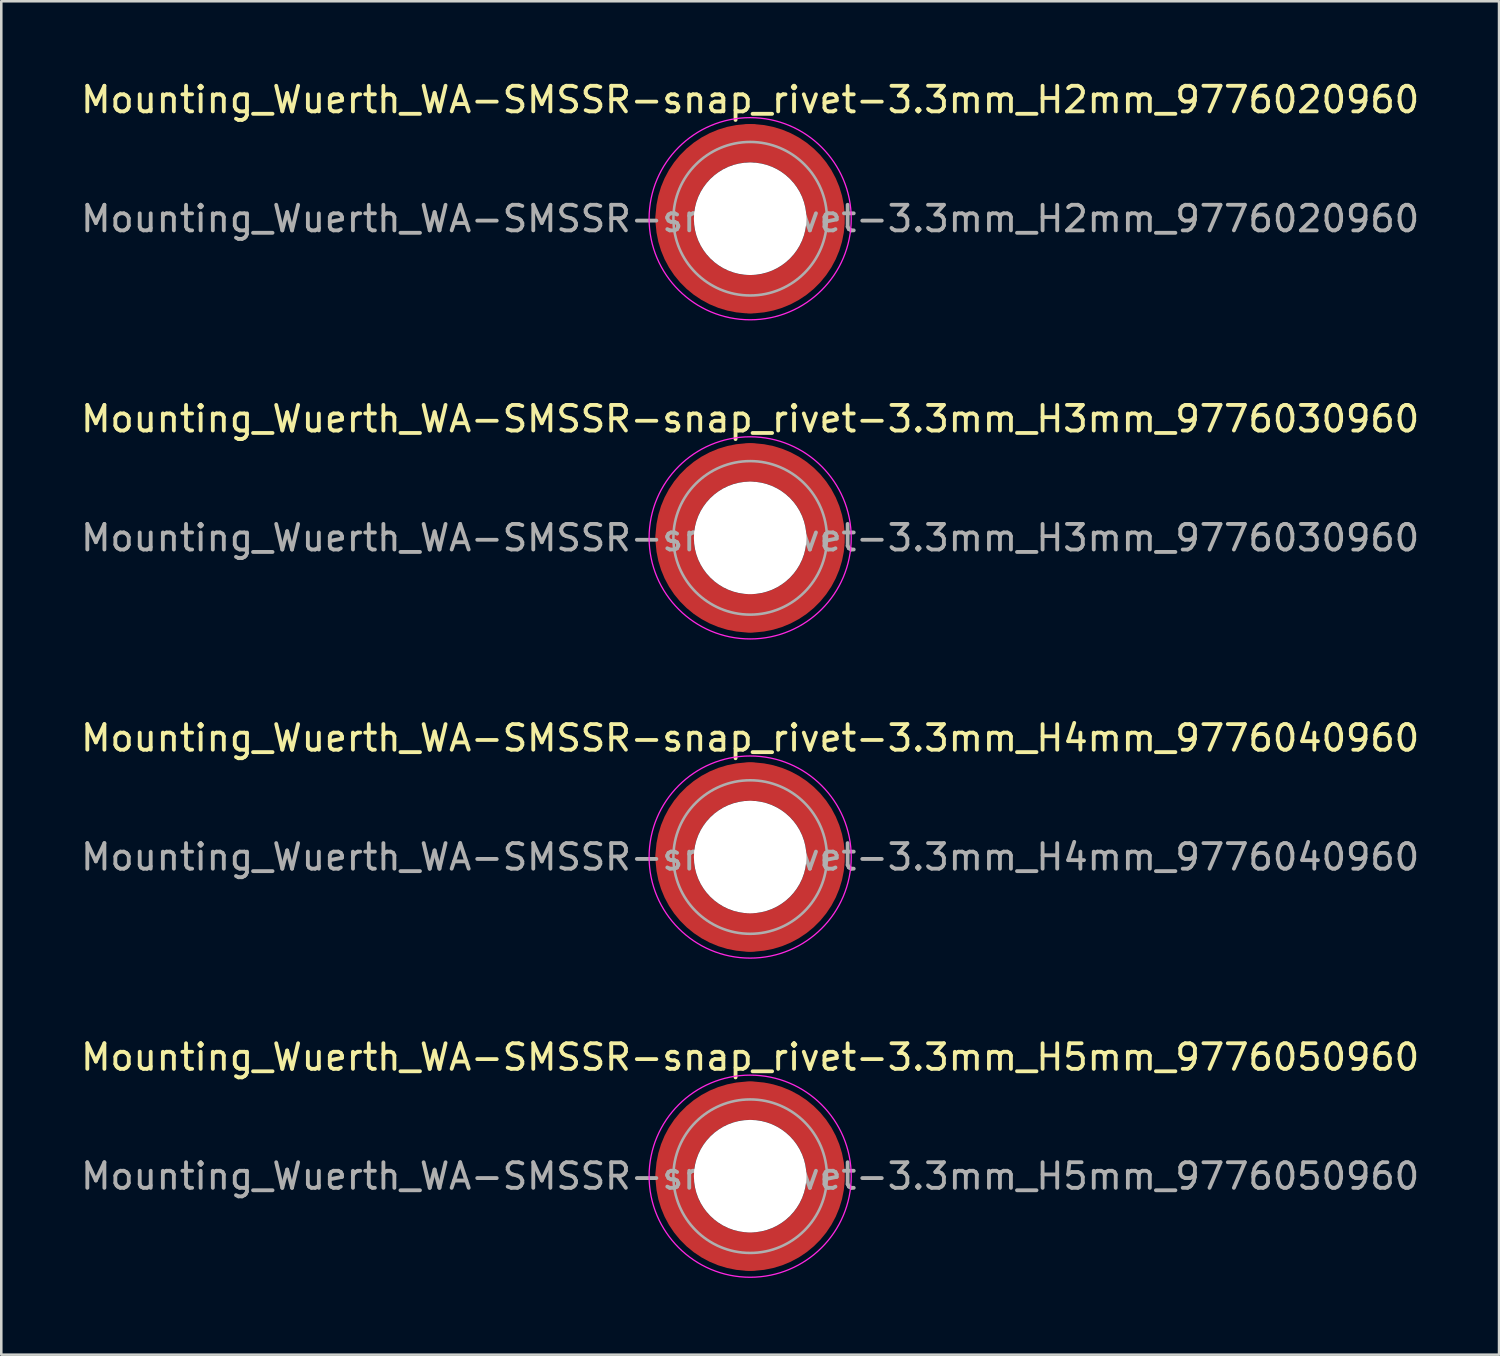
<source format=kicad_pcb>
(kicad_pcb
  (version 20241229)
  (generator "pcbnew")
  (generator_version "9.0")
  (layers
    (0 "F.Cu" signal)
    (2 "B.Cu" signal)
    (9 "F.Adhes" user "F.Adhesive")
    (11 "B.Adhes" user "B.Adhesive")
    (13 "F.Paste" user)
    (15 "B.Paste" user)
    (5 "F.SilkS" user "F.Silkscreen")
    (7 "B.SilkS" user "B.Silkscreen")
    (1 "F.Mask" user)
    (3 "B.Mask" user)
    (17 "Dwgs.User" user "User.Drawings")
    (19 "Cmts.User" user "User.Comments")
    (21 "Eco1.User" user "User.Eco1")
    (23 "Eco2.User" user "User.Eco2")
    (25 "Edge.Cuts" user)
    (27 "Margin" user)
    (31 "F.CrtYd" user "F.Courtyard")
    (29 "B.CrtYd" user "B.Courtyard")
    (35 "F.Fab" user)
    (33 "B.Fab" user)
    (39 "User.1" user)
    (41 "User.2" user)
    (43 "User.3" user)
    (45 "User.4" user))
  (footprint "Mounting_Wuerth_WA-SMSSR-snap_rivet-3.3mm_H4mm_9776040960"
    (layer "F.Cu")
    (at 26.268 30.445)
    (property "Reference" "Mounting_Wuerth_WA-SMSSR-snap_rivet-3.3mm_H4mm_9776040960" (at 0 -4.65 0) (layer "F.SilkS") (effects (font (size 1 1) (thickness 0.15))))
    (attr smd)
    (fp_circle (center 0 0) (end 3.95 0) (stroke (width 0.05) (type solid)) (fill no) (layer "F.CrtYd"))
    (fp_circle (center 0 0) (end 3 0) (stroke (width 0.1) (type solid)) (fill no) (layer "F.Fab"))
    (fp_text user "${REFERENCE}" (at 0 0 0) (layer "F.Fab") (effects (font (size 1 1) (thickness 0.15))))
    (pad "" smd custom (at -2.077 -2.077) (size 1.395 1.395) (layers "F.Paste") (options (anchor circle)) (primitives (gr_arc (start -0.400978 1.328376) (mid 0.246603 0.246603) (end 1.328376 -0.400978) (width 0.6975)) (gr_arc (start -0.763346 1.328376) (mid 0 0) (end 1.328376 -0.763346) (width 0.6975)) (gr_arc (start -1.122688 1.328376) (mid -0.246603 -0.246603) (end 1.328376 -1.122688) (width 0.6975)) (gr_line (start 1.328 -0.401) (end 1.328 -1.123) (width 0.698)) (gr_line (start -0.401 1.328) (end -1.123 1.328) (width 0.698))))
    (pad "" smd custom (at -2.077 2.077) (size 1.395 1.395) (layers "F.Paste") (options (anchor circle)) (primitives (gr_arc (start 1.328376 0.400978) (mid 0.246603 -0.246603) (end -0.400978 -1.328376) (width 0.6975)) (gr_arc (start 1.328376 0.763346) (mid 0 0) (end -0.763346 -1.328376) (width 0.6975)) (gr_arc (start 1.328376 1.122688) (mid -0.246603 0.246603) (end -1.122688 -1.328376) (width 0.6975)) (gr_line (start -0.401 -1.328) (end -1.123 -1.328) (width 0.698)) (gr_line (start 1.328 0.401) (end 1.328 1.123) (width 0.698))))
    (pad "" np_thru_hole circle (at 0 0) (size 4.4 4.4) (drill 4.4) (layers "*.Cu" "*.Mask"))
    (pad "" smd custom (at 2.077 -2.077) (size 1.395 1.395) (layers "F.Paste") (options (anchor circle)) (primitives (gr_arc (start -1.328376 -0.400978) (mid -0.246603 0.246603) (end 0.400978 1.328376) (width 0.6975)) (gr_arc (start -1.328376 -0.763346) (mid 0 0) (end 0.763346 1.328376) (width 0.6975)) (gr_arc (start -1.328376 -1.122688) (mid 0.246603 -0.246603) (end 1.122688 1.328376) (width 0.6975)) (gr_line (start 0.401 1.328) (end 1.123 1.328) (width 0.698)) (gr_line (start -1.328 -0.401) (end -1.328 -1.123) (width 0.698))))
    (pad "" smd custom (at 2.077 2.077) (size 1.395 1.395) (layers "F.Paste") (options (anchor circle)) (primitives (gr_arc (start 0.400978 -1.328376) (mid -0.246603 -0.246603) (end -1.328376 0.400978) (width 0.6975)) (gr_arc (start 0.763346 -1.328376) (mid 0 0) (end -1.328376 0.763346) (width 0.6975)) (gr_arc (start 1.122688 -1.328376) (mid 0.246603 0.246603) (end -1.328376 1.122688) (width 0.6975)) (gr_line (start -1.328 0.401) (end -1.328 1.123) (width 0.698)) (gr_line (start 0.401 -1.328) (end 1.123 -1.328) (width 0.698))))
    (pad "1" smd circle (at -2.95 0) (size 1.5 1.5) (layers "F.Cu"))
    (pad "1" smd circle (at 0 -2.95) (size 1.5 1.5) (layers "F.Cu"))
    (pad "1" smd circle (at 0 2.95) (size 1.5 1.5) (layers "F.Cu"))
    (pad "1" smd custom (at 2.95 0) (size 1.5 1.5) (layers "F.Cu" "F.Mask") (options (anchor circle)) (primitives (gr_circle (center -2.95 0) (end 0 0) (width 1.5) (fill no)))))
  (footprint "Mounting_Wuerth_WA-SMSSR-snap_rivet-3.3mm_H2mm_9776020960"
    (layer "F.Cu")
    (at 26.268 5.498)
    (property "Reference" "Mounting_Wuerth_WA-SMSSR-snap_rivet-3.3mm_H2mm_9776020960" (at 0 -4.65 0) (layer "F.SilkS") (effects (font (size 1 1) (thickness 0.15))))
    (attr smd)
    (fp_circle (center 0 0) (end 3.95 0) (stroke (width 0.05) (type solid)) (fill no) (layer "F.CrtYd"))
    (fp_circle (center 0 0) (end 3 0) (stroke (width 0.1) (type solid)) (fill no) (layer "F.Fab"))
    (fp_text user "${REFERENCE}" (at 0 0 0) (layer "F.Fab") (effects (font (size 1 1) (thickness 0.15))))
    (pad "" smd custom (at -2.077 -2.077) (size 1.395 1.395) (layers "F.Paste") (options (anchor circle)) (primitives (gr_arc (start -0.208831 1.577126) (mid 0.422496 0.422496) (end 1.577126 -0.208831) (width 0.2)) (gr_arc (start -0.310669 1.577126) (mid 0.35208 0.35208) (end 1.577126 -0.310669) (width 0.2)) (gr_arc (start -0.412325 1.577126) (mid 0.281664 0.281664) (end 1.577126 -0.412325) (width 0.2)) (gr_arc (start -0.51382 1.577126) (mid 0.211248 0.211248) (end 1.577126 -0.51382) (width 0.2)) (gr_arc (start -0.615172 1.577126) (mid 0.140832 0.140832) (end 1.577126 -0.615172) (width 0.2)) (gr_arc (start -0.716397 1.577126) (mid 0.070416 0.070416) (end 1.577126 -0.716397) (width 0.2)) (gr_arc (start -0.817508 1.577126) (mid 0 0) (end 1.577126 -0.817508) (width 0.2)) (gr_arc (start -0.918517 1.577126) (mid -0.070416 -0.070416) (end 1.577126 -0.918517) (width 0.2)) (gr_arc (start -1.019433 1.577126) (mid -0.140832 -0.140832) (end 1.577126 -1.019433) (width 0.2)) (gr_arc (start -1.120266 1.577126) (mid -0.211248 -0.211248) (end 1.577126 -1.120266) (width 0.2)) (gr_arc (start -1.221022 1.577126) (mid -0.281664 -0.281664) (end 1.577126 -1.221022) (width 0.2)) (gr_arc (start -1.32171 1.577126) (mid -0.35208 -0.35208) (end 1.577126 -1.32171) (width 0.2)) (gr_arc (start -1.422335 1.577126) (mid -0.422497 -0.422497) (end 1.577126 -1.422335) (width 0.2)) (gr_line (start 1.577 -0.209) (end 1.577 -1.422) (width 0.2)) (gr_line (start -0.209 1.577) (end -1.422 1.577) (width 0.2))))
    (pad "" smd custom (at -2.077 2.077) (size 1.395 1.395) (layers "F.Paste") (options (anchor circle)) (primitives (gr_arc (start 1.577126 0.208831) (mid 0.422496 -0.422496) (end -0.208831 -1.577126) (width 0.2)) (gr_arc (start 1.577126 0.310669) (mid 0.35208 -0.35208) (end -0.310669 -1.577126) (width 0.2)) (gr_arc (start 1.577126 0.412325) (mid 0.281664 -0.281664) (end -0.412325 -1.577126) (width 0.2)) (gr_arc (start 1.577126 0.51382) (mid 0.211248 -0.211248) (end -0.51382 -1.577126) (width 0.2)) (gr_arc (start 1.577126 0.615172) (mid 0.140832 -0.140832) (end -0.615172 -1.577126) (width 0.2)) (gr_arc (start 1.577126 0.716397) (mid 0.070416 -0.070416) (end -0.716397 -1.577126) (width 0.2)) (gr_arc (start 1.577126 0.817508) (mid 0 0) (end -0.817508 -1.577126) (width 0.2)) (gr_arc (start 1.577126 0.918517) (mid -0.070416 0.070416) (end -0.918517 -1.577126) (width 0.2)) (gr_arc (start 1.577126 1.019433) (mid -0.140832 0.140832) (end -1.019433 -1.577126) (width 0.2)) (gr_arc (start 1.577126 1.120266) (mid -0.211248 0.211248) (end -1.120266 -1.577126) (width 0.2)) (gr_arc (start 1.577126 1.221022) (mid -0.281664 0.281664) (end -1.221022 -1.577126) (width 0.2)) (gr_arc (start 1.577126 1.32171) (mid -0.35208 0.35208) (end -1.32171 -1.577126) (width 0.2)) (gr_arc (start 1.577126 1.422335) (mid -0.422497 0.422497) (end -1.422335 -1.577126) (width 0.2)) (gr_line (start -0.209 -1.577) (end -1.422 -1.577) (width 0.2)) (gr_line (start 1.577 0.209) (end 1.577 1.422) (width 0.2))))
    (pad "" np_thru_hole circle (at 0 0) (size 4.4 4.4) (drill 4.4) (layers "*.Cu" "*.Mask"))
    (pad "" smd custom (at 2.077 -2.077) (size 1.395 1.395) (layers "F.Paste") (options (anchor circle)) (primitives (gr_arc (start -1.577126 -0.208831) (mid -0.422496 0.422496) (end 0.208831 1.577126) (width 0.2)) (gr_arc (start -1.577126 -0.310669) (mid -0.35208 0.35208) (end 0.310669 1.577126) (width 0.2)) (gr_arc (start -1.577126 -0.412325) (mid -0.281664 0.281664) (end 0.412325 1.577126) (width 0.2)) (gr_arc (start -1.577126 -0.51382) (mid -0.211248 0.211248) (end 0.51382 1.577126) (width 0.2)) (gr_arc (start -1.577126 -0.615172) (mid -0.140832 0.140832) (end 0.615172 1.577126) (width 0.2)) (gr_arc (start -1.577126 -0.716397) (mid -0.070416 0.070416) (end 0.716397 1.577126) (width 0.2)) (gr_arc (start -1.577126 -0.817508) (mid 0 0) (end 0.817508 1.577126) (width 0.2)) (gr_arc (start -1.577126 -0.918517) (mid 0.070416 -0.070416) (end 0.918517 1.577126) (width 0.2)) (gr_arc (start -1.577126 -1.019433) (mid 0.140832 -0.140832) (end 1.019433 1.577126) (width 0.2)) (gr_arc (start -1.577126 -1.120266) (mid 0.211248 -0.211248) (end 1.120266 1.577126) (width 0.2)) (gr_arc (start -1.577126 -1.221022) (mid 0.281664 -0.281664) (end 1.221022 1.577126) (width 0.2)) (gr_arc (start -1.577126 -1.32171) (mid 0.35208 -0.35208) (end 1.32171 1.577126) (width 0.2)) (gr_arc (start -1.577126 -1.422335) (mid 0.422497 -0.422497) (end 1.422335 1.577126) (width 0.2)) (gr_line (start 0.209 1.577) (end 1.422 1.577) (width 0.2)) (gr_line (start -1.577 -0.209) (end -1.577 -1.422) (width 0.2))))
    (pad "" smd custom (at 2.077 2.077) (size 1.395 1.395) (layers "F.Paste") (options (anchor circle)) (primitives (gr_arc (start 0.208831 -1.577126) (mid -0.422496 -0.422496) (end -1.577126 0.208831) (width 0.2)) (gr_arc (start 0.310669 -1.577126) (mid -0.35208 -0.35208) (end -1.577126 0.310669) (width 0.2)) (gr_arc (start 0.412325 -1.577126) (mid -0.281664 -0.281664) (end -1.577126 0.412325) (width 0.2)) (gr_arc (start 0.51382 -1.577126) (mid -0.211248 -0.211248) (end -1.577126 0.51382) (width 0.2)) (gr_arc (start 0.615172 -1.577126) (mid -0.140832 -0.140832) (end -1.577126 0.615172) (width 0.2)) (gr_arc (start 0.716397 -1.577126) (mid -0.070416 -0.070416) (end -1.577126 0.716397) (width 0.2)) (gr_arc (start 0.817508 -1.577126) (mid 0 0) (end -1.577126 0.817508) (width 0.2)) (gr_arc (start 0.918517 -1.577126) (mid 0.070416 0.070416) (end -1.577126 0.918517) (width 0.2)) (gr_arc (start 1.019433 -1.577126) (mid 0.140832 0.140832) (end -1.577126 1.019433) (width 0.2)) (gr_arc (start 1.120266 -1.577126) (mid 0.211248 0.211248) (end -1.577126 1.120266) (width 0.2)) (gr_arc (start 1.221022 -1.577126) (mid 0.281664 0.281664) (end -1.577126 1.221022) (width 0.2)) (gr_arc (start 1.32171 -1.577126) (mid 0.35208 0.35208) (end -1.577126 1.32171) (width 0.2)) (gr_arc (start 1.422335 -1.577126) (mid 0.422497 0.422497) (end -1.577126 1.422335) (width 0.2)) (gr_line (start -1.577 0.209) (end -1.577 1.422) (width 0.2)) (gr_line (start 0.209 -1.577) (end 1.422 -1.577) (width 0.2))))
    (pad "1" smd circle (at -2.95 0) (size 1.5 1.5) (layers "F.Cu"))
    (pad "1" smd circle (at 0 -2.95) (size 1.5 1.5) (layers "F.Cu"))
    (pad "1" smd circle (at 0 2.95) (size 1.5 1.5) (layers "F.Cu"))
    (pad "1" smd custom (at 2.95 0) (size 1.5 1.5) (layers "F.Cu" "F.Mask") (options (anchor circle)) (primitives (gr_circle (center -2.95 0) (end 0 0) (width 1.5) (fill no)))))
  (footprint "Mounting_Wuerth_WA-SMSSR-snap_rivet-3.3mm_H3mm_9776030960"
    (layer "F.Cu")
    (at 26.268 17.971)
    (property "Reference" "Mounting_Wuerth_WA-SMSSR-snap_rivet-3.3mm_H3mm_9776030960" (at 0 -4.65 0) (layer "F.SilkS") (effects (font (size 1 1) (thickness 0.15))))
    (attr smd)
    (fp_circle (center 0 0) (end 3.95 0) (stroke (width 0.05) (type solid)) (fill no) (layer "F.CrtYd"))
    (fp_circle (center 0 0) (end 3 0) (stroke (width 0.1) (type solid)) (fill no) (layer "F.Fab"))
    (fp_text user "${REFERENCE}" (at 0 0 0) (layer "F.Fab") (effects (font (size 1 1) (thickness 0.15))))
    (pad "" smd custom (at -2.077 -2.077) (size 1.395 1.395) (layers "F.Paste") (options (anchor circle)) (primitives (gr_arc (start -0.400978 1.328376) (mid 0.246603 0.246603) (end 1.328376 -0.400978) (width 0.6975)) (gr_arc (start -0.763346 1.328376) (mid 0 0) (end 1.328376 -0.763346) (width 0.6975)) (gr_arc (start -1.122688 1.328376) (mid -0.246603 -0.246603) (end 1.328376 -1.122688) (width 0.6975)) (gr_line (start 1.328 -0.401) (end 1.328 -1.123) (width 0.698)) (gr_line (start -0.401 1.328) (end -1.123 1.328) (width 0.698))))
    (pad "" smd custom (at -2.077 2.077) (size 1.395 1.395) (layers "F.Paste") (options (anchor circle)) (primitives (gr_arc (start 1.328376 0.400978) (mid 0.246603 -0.246603) (end -0.400978 -1.328376) (width 0.6975)) (gr_arc (start 1.328376 0.763346) (mid 0 0) (end -0.763346 -1.328376) (width 0.6975)) (gr_arc (start 1.328376 1.122688) (mid -0.246603 0.246603) (end -1.122688 -1.328376) (width 0.6975)) (gr_line (start -0.401 -1.328) (end -1.123 -1.328) (width 0.698)) (gr_line (start 1.328 0.401) (end 1.328 1.123) (width 0.698))))
    (pad "" np_thru_hole circle (at 0 0) (size 4.4 4.4) (drill 4.4) (layers "*.Cu" "*.Mask"))
    (pad "" smd custom (at 2.077 -2.077) (size 1.395 1.395) (layers "F.Paste") (options (anchor circle)) (primitives (gr_arc (start -1.328376 -0.400978) (mid -0.246603 0.246603) (end 0.400978 1.328376) (width 0.6975)) (gr_arc (start -1.328376 -0.763346) (mid 0 0) (end 0.763346 1.328376) (width 0.6975)) (gr_arc (start -1.328376 -1.122688) (mid 0.246603 -0.246603) (end 1.122688 1.328376) (width 0.6975)) (gr_line (start 0.401 1.328) (end 1.123 1.328) (width 0.698)) (gr_line (start -1.328 -0.401) (end -1.328 -1.123) (width 0.698))))
    (pad "" smd custom (at 2.077 2.077) (size 1.395 1.395) (layers "F.Paste") (options (anchor circle)) (primitives (gr_arc (start 0.400978 -1.328376) (mid -0.246603 -0.246603) (end -1.328376 0.400978) (width 0.6975)) (gr_arc (start 0.763346 -1.328376) (mid 0 0) (end -1.328376 0.763346) (width 0.6975)) (gr_arc (start 1.122688 -1.328376) (mid 0.246603 0.246603) (end -1.328376 1.122688) (width 0.6975)) (gr_line (start -1.328 0.401) (end -1.328 1.123) (width 0.698)) (gr_line (start 0.401 -1.328) (end 1.123 -1.328) (width 0.698))))
    (pad "1" smd circle (at -2.95 0) (size 1.5 1.5) (layers "F.Cu"))
    (pad "1" smd circle (at 0 -2.95) (size 1.5 1.5) (layers "F.Cu"))
    (pad "1" smd circle (at 0 2.95) (size 1.5 1.5) (layers "F.Cu"))
    (pad "1" smd custom (at 2.95 0) (size 1.5 1.5) (layers "F.Cu" "F.Mask") (options (anchor circle)) (primitives (gr_circle (center -2.95 0) (end 0 0) (width 1.5) (fill no)))))
  (footprint "Mounting_Wuerth_WA-SMSSR-snap_rivet-3.3mm_H5mm_9776050960"
    (layer "F.Cu")
    (at 26.268 42.918)
    (property "Reference" "Mounting_Wuerth_WA-SMSSR-snap_rivet-3.3mm_H5mm_9776050960" (at 0 -4.65 0) (layer "F.SilkS") (effects (font (size 1 1) (thickness 0.15))))
    (attr smd)
    (fp_circle (center 0 0) (end 3.95 0) (stroke (width 0.05) (type solid)) (fill no) (layer "F.CrtYd"))
    (fp_circle (center 0 0) (end 3 0) (stroke (width 0.1) (type solid)) (fill no) (layer "F.Fab"))
    (fp_text user "${REFERENCE}" (at 0 0 0) (layer "F.Fab") (effects (font (size 1 1) (thickness 0.15))))
    (pad "" smd custom (at -2.077 -2.077) (size 1.395 1.395) (layers "F.Paste") (options (anchor circle)) (primitives (gr_arc (start -0.400978 1.328376) (mid 0.246603 0.246603) (end 1.328376 -0.400978) (width 0.6975)) (gr_arc (start -0.763346 1.328376) (mid 0 0) (end 1.328376 -0.763346) (width 0.6975)) (gr_arc (start -1.122688 1.328376) (mid -0.246603 -0.246603) (end 1.328376 -1.122688) (width 0.6975)) (gr_line (start 1.328 -0.401) (end 1.328 -1.123) (width 0.698)) (gr_line (start -0.401 1.328) (end -1.123 1.328) (width 0.698))))
    (pad "" smd custom (at -2.077 2.077) (size 1.395 1.395) (layers "F.Paste") (options (anchor circle)) (primitives (gr_arc (start 1.328376 0.400978) (mid 0.246603 -0.246603) (end -0.400978 -1.328376) (width 0.6975)) (gr_arc (start 1.328376 0.763346) (mid 0 0) (end -0.763346 -1.328376) (width 0.6975)) (gr_arc (start 1.328376 1.122688) (mid -0.246603 0.246603) (end -1.122688 -1.328376) (width 0.6975)) (gr_line (start -0.401 -1.328) (end -1.123 -1.328) (width 0.698)) (gr_line (start 1.328 0.401) (end 1.328 1.123) (width 0.698))))
    (pad "" np_thru_hole circle (at 0 0) (size 4.4 4.4) (drill 4.4) (layers "*.Cu" "*.Mask"))
    (pad "" smd custom (at 2.077 -2.077) (size 1.395 1.395) (layers "F.Paste") (options (anchor circle)) (primitives (gr_arc (start -1.328376 -0.400978) (mid -0.246603 0.246603) (end 0.400978 1.328376) (width 0.6975)) (gr_arc (start -1.328376 -0.763346) (mid 0 0) (end 0.763346 1.328376) (width 0.6975)) (gr_arc (start -1.328376 -1.122688) (mid 0.246603 -0.246603) (end 1.122688 1.328376) (width 0.6975)) (gr_line (start 0.401 1.328) (end 1.123 1.328) (width 0.698)) (gr_line (start -1.328 -0.401) (end -1.328 -1.123) (width 0.698))))
    (pad "" smd custom (at 2.077 2.077) (size 1.395 1.395) (layers "F.Paste") (options (anchor circle)) (primitives (gr_arc (start 0.400978 -1.328376) (mid -0.246603 -0.246603) (end -1.328376 0.400978) (width 0.6975)) (gr_arc (start 0.763346 -1.328376) (mid 0 0) (end -1.328376 0.763346) (width 0.6975)) (gr_arc (start 1.122688 -1.328376) (mid 0.246603 0.246603) (end -1.328376 1.122688) (width 0.6975)) (gr_line (start -1.328 0.401) (end -1.328 1.123) (width 0.698)) (gr_line (start 0.401 -1.328) (end 1.123 -1.328) (width 0.698))))
    (pad "1" smd circle (at -2.95 0) (size 1.5 1.5) (layers "F.Cu"))
    (pad "1" smd circle (at 0 -2.95) (size 1.5 1.5) (layers "F.Cu"))
    (pad "1" smd circle (at 0 2.95) (size 1.5 1.5) (layers "F.Cu"))
    (pad "1" smd custom (at 2.95 0) (size 1.5 1.5) (layers "F.Cu" "F.Mask") (options (anchor circle)) (primitives (gr_circle (center -2.95 0) (end 0 0) (width 1.5) (fill no)))))
  (gr_rect
    (start -3 -3)
    (end 55.536 49.893)
    (stroke (width 0.1) (type default))
    (fill no)
    (layer "Edge.Cuts")))
</source>
